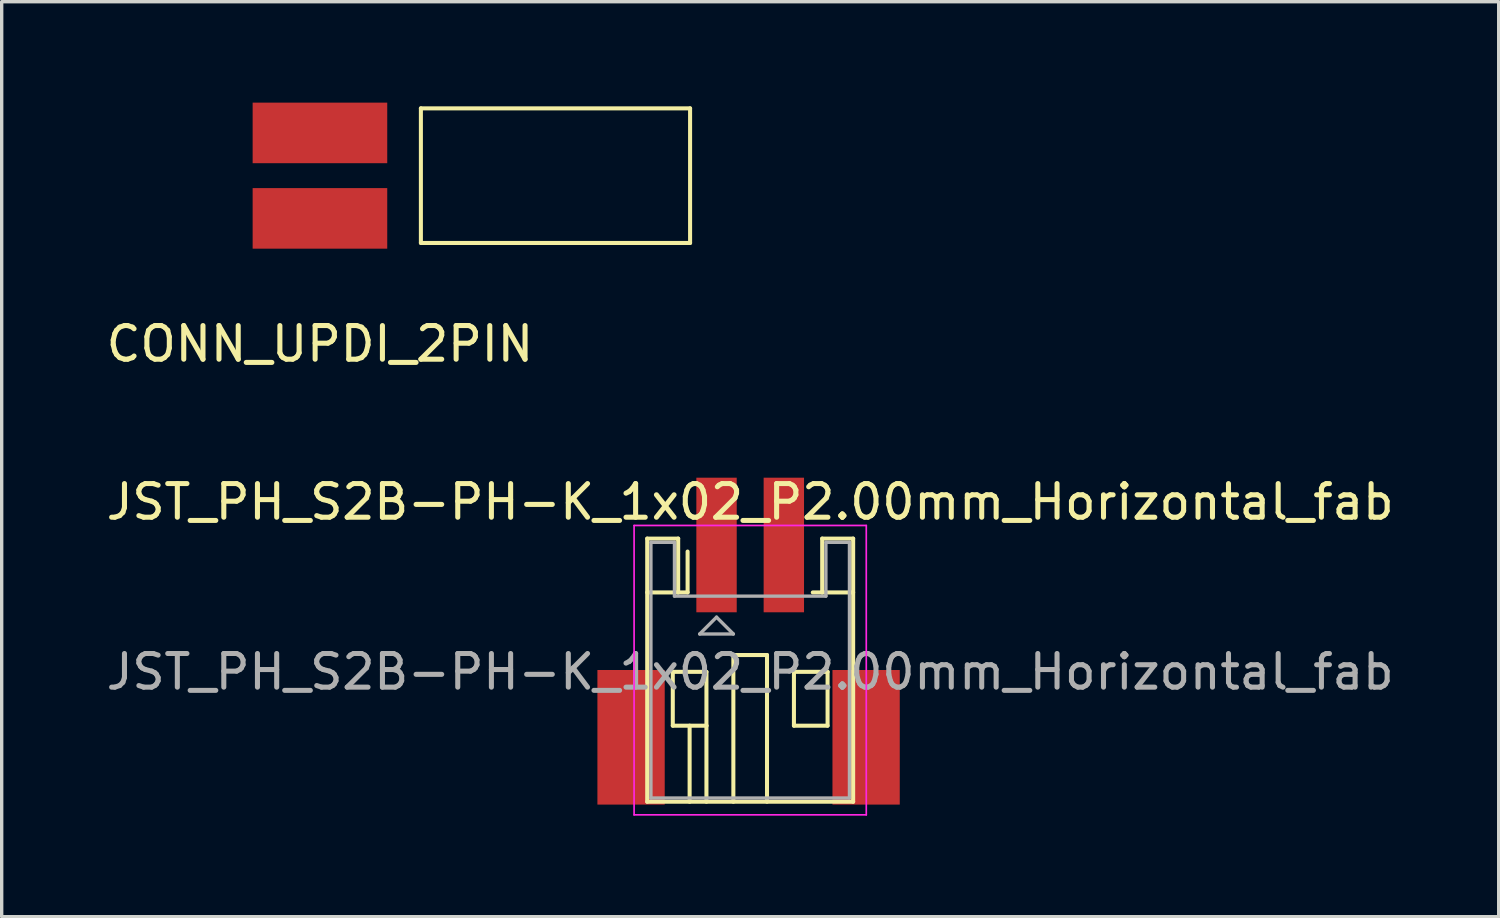
<source format=kicad_pcb>
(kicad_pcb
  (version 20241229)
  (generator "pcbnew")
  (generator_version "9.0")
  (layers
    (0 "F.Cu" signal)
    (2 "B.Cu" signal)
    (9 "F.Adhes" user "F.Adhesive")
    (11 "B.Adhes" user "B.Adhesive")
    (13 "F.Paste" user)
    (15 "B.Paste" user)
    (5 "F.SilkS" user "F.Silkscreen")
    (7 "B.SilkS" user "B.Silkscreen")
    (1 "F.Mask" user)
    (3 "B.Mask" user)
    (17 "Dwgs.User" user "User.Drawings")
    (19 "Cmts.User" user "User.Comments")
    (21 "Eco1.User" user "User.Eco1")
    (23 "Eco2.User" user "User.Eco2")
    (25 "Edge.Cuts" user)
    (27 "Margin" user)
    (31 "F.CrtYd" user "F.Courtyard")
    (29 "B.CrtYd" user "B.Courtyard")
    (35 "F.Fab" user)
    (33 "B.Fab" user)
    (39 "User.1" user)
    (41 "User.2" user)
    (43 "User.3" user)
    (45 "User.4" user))
  (footprint "CONN_UPDI_2PIN"
    (layer "F.Cu")
    (at 6.458 2.17)
    (property "Reference" "CONN_UPDI_2PIN" (at 0 5 0) (layer "F.SilkS") (effects (font (size 1 1) (thickness 0.15))))
    (attr through_hole)
    (fp_line (start 3 -2) (end 3 2) (stroke (width 0.12) (type solid)) (layer "F.SilkS"))
    (fp_line (start 3 2) (end 11 2) (stroke (width 0.12) (type solid)) (layer "F.SilkS"))
    (fp_line (start 11 -2) (end 3 -2) (stroke (width 0.12) (type solid)) (layer "F.SilkS"))
    (fp_line (start 11 -2) (end 11 2) (stroke (width 0.12) (type solid)) (layer "F.SilkS"))
    (pad "1" smd rect (at 0 -1.27) (size 4 1.8) (layers "F.Cu" "F.Mask" "F.Paste"))
    (pad "2" smd rect (at 0 1.27) (size 4 1.8) (layers "F.Cu" "F.Mask" "F.Paste")))
  (footprint "JST_PH_S2B-PH-K_1x02_P2.00mm_Horizontal_fab"
    (layer "F.Cu")
    (at 18.244 14.416)
    (property "Reference" "JST_PH_S2B-PH-K_1x02_P2.00mm_Horizontal_fab" (at 1 -2.55 180) (layer "F.SilkS") (effects (font (size 1 1) (thickness 0.15))))
    (attr through_hole)
    (fp_line (start -2.06 -1.46) (end -2.06 6.36) (stroke (width 0.12) (type solid)) (layer "F.SilkS"))
    (fp_line (start -2.06 0.14) (end -1.14 0.14) (stroke (width 0.12) (type solid)) (layer "F.SilkS"))
    (fp_line (start -2.06 6.36) (end 4.06 6.36) (stroke (width 0.12) (type solid)) (layer "F.SilkS"))
    (fp_line (start -1.3 2.5) (end -1.3 4.1) (stroke (width 0.12) (type solid)) (layer "F.SilkS"))
    (fp_line (start -1.3 4.1) (end -0.3 4.1) (stroke (width 0.12) (type solid)) (layer "F.SilkS"))
    (fp_line (start -1.14 -1.46) (end -2.06 -1.46) (stroke (width 0.12) (type solid)) (layer "F.SilkS"))
    (fp_line (start -1.14 0.14) (end -1.14 -1.46) (stroke (width 0.12) (type solid)) (layer "F.SilkS"))
    (fp_line (start -0.86 0.14) (end -1.14 0.14) (stroke (width 0.12) (type solid)) (layer "F.SilkS"))
    (fp_line (start -0.86 0.14) (end -0.86 -1.075) (stroke (width 0.12) (type solid)) (layer "F.SilkS"))
    (fp_line (start -0.8 4.1) (end -0.8 6.36) (stroke (width 0.12) (type solid)) (layer "F.SilkS"))
    (fp_line (start -0.3 2.5) (end -1.3 2.5) (stroke (width 0.12) (type solid)) (layer "F.SilkS"))
    (fp_line (start -0.3 4.1) (end -0.3 2.5) (stroke (width 0.12) (type solid)) (layer "F.SilkS"))
    (fp_line (start -0.3 4.1) (end -0.3 6.36) (stroke (width 0.12) (type solid)) (layer "F.SilkS"))
    (fp_line (start 0.5 2) (end 1.5 2) (stroke (width 0.12) (type solid)) (layer "F.SilkS"))
    (fp_line (start 0.5 6.36) (end 0.5 2) (stroke (width 0.12) (type solid)) (layer "F.SilkS"))
    (fp_line (start 1.5 2) (end 1.5 6.36) (stroke (width 0.12) (type solid)) (layer "F.SilkS"))
    (fp_line (start 2.3 2.5) (end 3.3 2.5) (stroke (width 0.12) (type solid)) (layer "F.SilkS"))
    (fp_line (start 2.3 4.1) (end 2.3 2.5) (stroke (width 0.12) (type solid)) (layer "F.SilkS"))
    (fp_line (start 3.14 -1.46) (end 3.14 0.14) (stroke (width 0.12) (type solid)) (layer "F.SilkS"))
    (fp_line (start 3.14 0.14) (end 2.86 0.14) (stroke (width 0.12) (type solid)) (layer "F.SilkS"))
    (fp_line (start 3.3 2.5) (end 3.3 4.1) (stroke (width 0.12) (type solid)) (layer "F.SilkS"))
    (fp_line (start 3.3 4.1) (end 2.3 4.1) (stroke (width 0.12) (type solid)) (layer "F.SilkS"))
    (fp_line (start 4.06 -1.46) (end 3.14 -1.46) (stroke (width 0.12) (type solid)) (layer "F.SilkS"))
    (fp_line (start 4.06 0.14) (end 3.14 0.14) (stroke (width 0.12) (type solid)) (layer "F.SilkS"))
    (fp_line (start 4.06 6.36) (end 4.06 -1.46) (stroke (width 0.12) (type solid)) (layer "F.SilkS"))
    (fp_line (start -2.45 -1.85) (end -2.45 6.75) (stroke (width 0.05) (type solid)) (layer "F.CrtYd"))
    (fp_line (start -2.45 6.75) (end 4.45 6.75) (stroke (width 0.05) (type solid)) (layer "F.CrtYd"))
    (fp_line (start 4.45 -1.85) (end -2.45 -1.85) (stroke (width 0.05) (type solid)) (layer "F.CrtYd"))
    (fp_line (start 4.45 6.75) (end 4.45 -1.85) (stroke (width 0.05) (type solid)) (layer "F.CrtYd"))
    (fp_line (start -1.95 -1.35) (end -1.95 6.25) (stroke (width 0.1) (type solid)) (layer "F.Fab"))
    (fp_line (start -1.95 6.25) (end 3.95 6.25) (stroke (width 0.1) (type solid)) (layer "F.Fab"))
    (fp_line (start -1.25 -1.35) (end -1.95 -1.35) (stroke (width 0.1) (type solid)) (layer "F.Fab"))
    (fp_line (start -1.25 0.25) (end -1.25 -1.35) (stroke (width 0.1) (type solid)) (layer "F.Fab"))
    (fp_line (start -0.5 1.375) (end 0.5 1.375) (stroke (width 0.1) (type solid)) (layer "F.Fab"))
    (fp_line (start 0 0.875) (end -0.5 1.375) (stroke (width 0.1) (type solid)) (layer "F.Fab"))
    (fp_line (start 0.5 1.375) (end 0 0.875) (stroke (width 0.1) (type solid)) (layer "F.Fab"))
    (fp_line (start 3.25 -1.35) (end 3.25 0.25) (stroke (width 0.1) (type solid)) (layer "F.Fab"))
    (fp_line (start 3.25 0.25) (end -1.25 0.25) (stroke (width 0.1) (type solid)) (layer "F.Fab"))
    (fp_line (start 3.95 -1.35) (end 3.25 -1.35) (stroke (width 0.1) (type solid)) (layer "F.Fab"))
    (fp_line (start 3.95 6.25) (end 3.95 -1.35) (stroke (width 0.1) (type solid)) (layer "F.Fab"))
    (fp_text user "${REFERENCE}" (at 1 2.5 180) (layer "F.Fab") (effects (font (size 1 1) (thickness 0.15))))
    (pad "" smd rect (at -2.54 4.445 180) (size 2 4) (layers "F.Cu" "F.Mask" "F.Paste"))
    (pad "" smd rect (at 4.445 4.445 180) (size 2 4) (layers "F.Cu" "F.Mask" "F.Paste"))
    (pad "1" smd rect (at 0 -1.27) (size 1.2 4) (layers "F.Cu" "F.Mask" "F.Paste"))
    (pad "2" smd rect (at 2 -1.27 180) (size 1.2 4) (layers "F.Cu" "F.Mask" "F.Paste")))
  (gr_rect
    (start -3 -3)
    (end 41.488 24.192)
    (stroke (width 0.1) (type default))
    (fill no)
    (layer "Edge.Cuts")))
</source>
